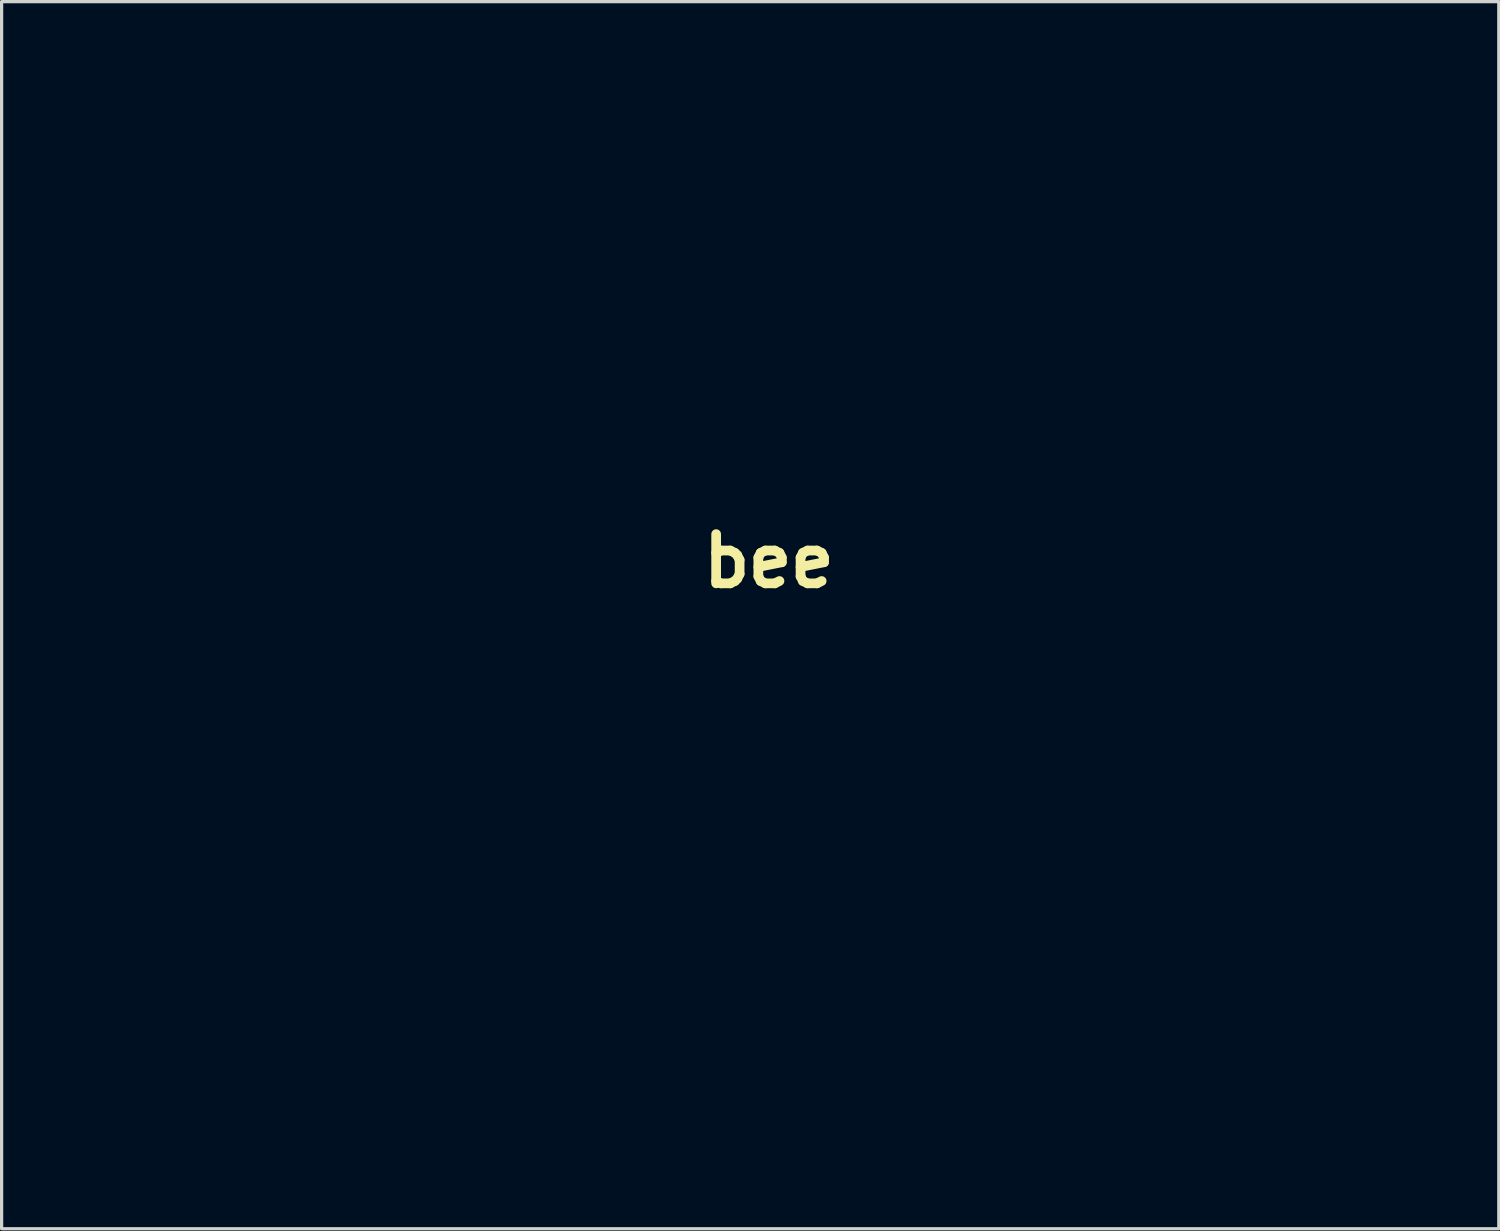
<source format=kicad_pcb>
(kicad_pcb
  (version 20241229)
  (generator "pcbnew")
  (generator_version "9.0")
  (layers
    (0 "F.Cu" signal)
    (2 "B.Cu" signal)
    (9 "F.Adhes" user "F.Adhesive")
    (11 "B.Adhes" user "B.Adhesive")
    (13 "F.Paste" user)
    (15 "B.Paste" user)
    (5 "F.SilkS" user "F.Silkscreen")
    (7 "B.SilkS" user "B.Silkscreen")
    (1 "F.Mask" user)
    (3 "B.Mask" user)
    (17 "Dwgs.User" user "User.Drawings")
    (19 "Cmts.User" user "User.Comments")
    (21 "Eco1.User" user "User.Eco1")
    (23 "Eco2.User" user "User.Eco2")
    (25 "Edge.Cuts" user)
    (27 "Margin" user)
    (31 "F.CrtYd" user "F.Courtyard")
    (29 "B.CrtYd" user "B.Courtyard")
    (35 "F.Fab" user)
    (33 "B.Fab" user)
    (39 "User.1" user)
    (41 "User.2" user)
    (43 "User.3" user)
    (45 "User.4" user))
  (footprint "bee"
    (layer "F.Cu")
    (at 20.751 14.318)
    (property "Reference" "bee" (at 0 0 0) (layer "F.SilkS") (effects (font (size 1.524 1.524) (thickness 0.3))))
    (attr through_hole)
    (fp_poly (pts (xy -0.332 -5.112) (xy -0.262 -4.979) (xy -0.248 -4.861) (xy -0.236 -4.61) (xy -0.225 -4.249) (xy -0.217 -3.8) (xy -0.212 -3.285) (xy -0.21 -2.724) (xy -0.21 -2.714) (xy -0.21 -2.085) (xy -0.213 -1.592) (xy -0.22 -1.217) (xy -0.23 -0.941) (xy -0.247 -0.746) (xy -0.27 -0.615) (xy -0.301 -0.528) (xy -0.34 -0.469) (xy -0.348 -0.46) (xy -0.509 -0.331) (xy -0.672 -0.334) (xy -0.789 -0.391) (xy -0.828 -0.424) (xy -0.858 -0.484) (xy -0.881 -0.587) (xy -0.898 -0.75) (xy -0.91 -0.99) (xy -0.918 -1.324) (xy -0.922 -1.768) (xy -0.923 -2.339) (xy -0.924 -2.762) (xy -0.924 -5.055) (xy -0.732 -5.143) (xy -0.498 -5.195) (xy -0.332 -5.112)) (stroke (width 0.01) (type solid)) (fill yes) (layer "F.Mask"))
    (fp_poly (pts (xy -1.702 -4.55) (xy -1.695 -4.543) (xy -1.643 -4.483) (xy -1.605 -4.406) (xy -1.577 -4.291) (xy -1.558 -4.118) (xy -1.547 -3.863) (xy -1.541 -3.508) (xy -1.54 -3.03) (xy -1.539 -2.748) (xy -1.542 -2.14) (xy -1.552 -1.674) (xy -1.569 -1.34) (xy -1.593 -1.127) (xy -1.626 -1.023) (xy -1.632 -1.016) (xy -1.8 -0.935) (xy -2 -0.941) (xy -2.14 -1.021) (xy -2.169 -1.127) (xy -2.198 -1.366) (xy -2.227 -1.716) (xy -2.253 -2.156) (xy -2.275 -2.664) (xy -2.276 -2.712) (xy -2.295 -3.271) (xy -2.304 -3.697) (xy -2.3 -4.011) (xy -2.28 -4.234) (xy -2.242 -4.386) (xy -2.182 -4.488) (xy -2.097 -4.562) (xy -1.99 -4.624) (xy -1.85 -4.649) (xy -1.702 -4.55)) (stroke (width 0.01) (type solid)) (fill yes) (layer "F.Mask"))
    (fp_poly (pts (xy 0.864 -4.627) (xy 0.921 -4.602) (xy 0.964 -4.563) (xy 0.996 -4.49) (xy 1.018 -4.362) (xy 1.034 -4.162) (xy 1.044 -3.868) (xy 1.052 -3.462) (xy 1.059 -2.925) (xy 1.06 -2.849) (xy 1.064 -2.212) (xy 1.06 -1.72) (xy 1.048 -1.365) (xy 1.026 -1.138) (xy 0.994 -1.032) (xy 0.993 -1.03) (xy 0.831 -0.936) (xy 0.637 -0.943) (xy 0.483 -1.043) (xy 0.465 -1.073) (xy 0.437 -1.201) (xy 0.415 -1.464) (xy 0.398 -1.844) (xy 0.388 -2.321) (xy 0.385 -2.804) (xy 0.386 -3.34) (xy 0.39 -3.742) (xy 0.399 -4.034) (xy 0.415 -4.237) (xy 0.439 -4.372) (xy 0.474 -4.46) (xy 0.522 -4.524) (xy 0.537 -4.539) (xy 0.698 -4.645) (xy 0.864 -4.627)) (stroke (width 0.01) (type solid)) (fill yes) (layer "F.Mask"))
    (fp_poly (pts (xy 5.284 -14.247) (xy 5.433 -14.07) (xy 5.456 -14.028) (xy 5.503 -13.899) (xy 5.488 -13.774) (xy 5.396 -13.638) (xy 5.214 -13.472) (xy 4.926 -13.259) (xy 4.602 -13.039) (xy 4.231 -12.777) (xy 3.849 -12.481) (xy 3.509 -12.193) (xy 3.316 -12.01) (xy 2.973 -11.645) (xy 2.628 -11.249) (xy 2.297 -10.841) (xy 1.993 -10.44) (xy 1.73 -10.067) (xy 1.523 -9.741) (xy 1.386 -9.483) (xy 1.333 -9.311) (xy 1.337 -9.273) (xy 1.432 -9.157) (xy 1.603 -9.034) (xy 1.625 -9.022) (xy 2.046 -8.748) (xy 2.329 -8.453) (xy 2.488 -8.114) (xy 2.54 -7.709) (xy 2.54 -7.694) (xy 2.534 -7.5) (xy 2.503 -7.351) (xy 2.425 -7.208) (xy 2.28 -7.032) (xy 2.059 -6.796) (xy 1.578 -6.294) (xy 1.77 -6.168) (xy 2.253 -5.777) (xy 2.63 -5.319) (xy 2.883 -4.82) (xy 2.966 -4.518) (xy 3.013 -4.334) (xy 3.062 -4.238) (xy 3.072 -4.233) (xy 3.179 -4.288) (xy 3.36 -4.437) (xy 3.591 -4.654) (xy 3.845 -4.915) (xy 4.1 -5.196) (xy 4.329 -5.471) (xy 4.406 -5.57) (xy 4.671 -5.923) (xy 4.967 -6.319) (xy 5.239 -6.681) (xy 5.28 -6.736) (xy 5.525 -7.044) (xy 5.792 -7.35) (xy 6.032 -7.599) (xy 6.088 -7.65) (xy 6.212 -7.761) (xy 6.321 -7.849) (xy 6.437 -7.921) (xy 6.584 -7.988) (xy 6.782 -8.057) (xy 7.056 -8.137) (xy 7.427 -8.237) (xy 7.918 -8.364) (xy 8.082 -8.407) (xy 8.392 -8.541) (xy 8.735 -8.794) (xy 9.115 -9.174) (xy 9.542 -9.685) (xy 9.82 -10.055) (xy 10.051 -10.36) (xy 10.264 -10.618) (xy 10.436 -10.804) (xy 10.545 -10.891) (xy 10.55 -10.893) (xy 10.774 -10.896) (xy 10.957 -10.776) (xy 11.07 -10.565) (xy 11.088 -10.314) (xy 11.03 -10.166) (xy 10.894 -9.929) (xy 10.698 -9.631) (xy 10.464 -9.299) (xy 10.211 -8.964) (xy 9.959 -8.652) (xy 9.743 -8.407) (xy 9.324 -8.005) (xy 8.917 -7.716) (xy 8.472 -7.512) (xy 7.941 -7.366) (xy 7.851 -7.347) (xy 7.526 -7.275) (xy 7.239 -7.199) (xy 7.04 -7.132) (xy 7.004 -7.116) (xy 6.774 -6.951) (xy 6.487 -6.671) (xy 6.164 -6.297) (xy 5.821 -5.848) (xy 5.767 -5.773) (xy 5.252 -5.075) (xy 4.789 -4.504) (xy 4.362 -4.045) (xy 3.96 -3.687) (xy 3.569 -3.415) (xy 3.329 -3.284) (xy 3.131 -3.179) (xy 3.035 -3.076) (xy 3.004 -2.918) (xy 3.002 -2.756) (xy 3.016 -2.541) (xy 3.052 -2.408) (xy 3.077 -2.386) (xy 3.164 -2.404) (xy 3.387 -2.456) (xy 3.729 -2.538) (xy 4.177 -2.647) (xy 4.716 -2.78) (xy 5.331 -2.931) (xy 6.008 -3.099) (xy 6.732 -3.28) (xy 6.853 -3.31) (xy 10.555 -4.233) (xy 18.093 -4.233) (xy 18.467 -4.044) (xy 18.906 -3.739) (xy 19.241 -3.325) (xy 19.467 -2.816) (xy 19.577 -2.222) (xy 19.587 -1.963) (xy 19.526 -1.358) (xy 19.335 -0.827) (xy 19.116 -0.481) (xy 18.974 -0.328) (xy 18.727 -0.101) (xy 18.396 0.184) (xy 18.003 0.511) (xy 17.566 0.863) (xy 17.107 1.225) (xy 16.646 1.58) (xy 16.203 1.912) (xy 15.799 2.204) (xy 15.454 2.441) (xy 15.364 2.5) (xy 15.053 2.676) (xy 14.677 2.857) (xy 14.325 3.001) (xy 14.083 3.083) (xy 13.857 3.143) (xy 13.613 3.186) (xy 13.317 3.217) (xy 12.932 3.241) (xy 12.469 3.26) (xy 11.915 3.278) (xy 11.294 3.293) (xy 10.674 3.303) (xy 10.125 3.309) (xy 10.025 3.309) (xy 9.544 3.31) (xy 9.202 3.32) (xy 8.984 3.354) (xy 8.876 3.426) (xy 8.861 3.548) (xy 8.925 3.736) (xy 9.054 4.002) (xy 9.124 4.141) (xy 9.543 4.81) (xy 10.082 5.395) (xy 10.727 5.886) (xy 11.465 6.277) (xy 12.282 6.558) (xy 13.165 6.721) (xy 13.527 6.752) (xy 13.941 6.767) (xy 14.306 6.756) (xy 14.683 6.715) (xy 15.134 6.639) (xy 15.252 6.617) (xy 16.186 6.437) (xy 16.329 6.614) (xy 16.453 6.851) (xy 16.429 7.065) (xy 16.257 7.255) (xy 15.942 7.419) (xy 15.486 7.554) (xy 14.893 7.66) (xy 14.562 7.699) (xy 13.602 7.728) (xy 12.643 7.623) (xy 11.709 7.391) (xy 10.827 7.039) (xy 10.024 6.575) (xy 9.701 6.336) (xy 9.053 5.734) (xy 8.542 5.065) (xy 8.162 4.321) (xy 7.951 3.675) (xy 7.875 3.4) (xy 7.805 3.233) (xy 7.711 3.133) (xy 7.563 3.059) (xy 7.484 3.028) (xy 7.238 2.918) (xy 6.867 2.727) (xy 6.371 2.454) (xy 5.748 2.099) (xy 4.998 1.662) (xy 4.119 1.142) (xy 4.079 1.119) (xy 3.492 0.773) (xy 3.029 0.509) (xy 2.683 0.327) (xy 2.45 0.227) (xy 2.323 0.206) (xy 2.297 0.264) (xy 2.366 0.401) (xy 2.525 0.616) (xy 2.767 0.907) (xy 2.79 0.935) (xy 3.148 1.344) (xy 3.439 1.656) (xy 3.69 1.895) (xy 3.926 2.087) (xy 4.176 2.256) (xy 4.257 2.306) (xy 5.057 2.874) (xy 5.741 3.544) (xy 6.309 4.315) (xy 6.616 4.87) (xy 6.734 5.125) (xy 6.831 5.369) (xy 6.908 5.624) (xy 6.968 5.909) (xy 7.014 6.245) (xy 7.049 6.654) (xy 7.077 7.156) (xy 7.099 7.772) (xy 7.118 8.458) (xy 7.138 9.144) (xy 7.163 9.7) (xy 7.2 10.15) (xy 7.252 10.517) (xy 7.324 10.825) (xy 7.421 11.098) (xy 7.548 11.36) (xy 7.71 11.634) (xy 7.787 11.755) (xy 8.324 12.445) (xy 8.975 13.042) (xy 9.726 13.538) (xy 10.563 13.924) (xy 11.473 14.192) (xy 12.202 14.313) (xy 12.663 14.377) (xy 12.987 14.457) (xy 13.192 14.56) (xy 13.295 14.694) (xy 13.316 14.818) (xy 13.264 15.049) (xy 13.104 15.207) (xy 12.831 15.293) (xy 12.437 15.31) (xy 11.915 15.257) (xy 11.393 15.163) (xy 10.428 14.899) (xy 9.527 14.519) (xy 8.703 14.034) (xy 7.97 13.453) (xy 7.34 12.789) (xy 6.826 12.051) (xy 6.443 11.251) (xy 6.383 11.084) (xy 6.332 10.924) (xy 6.292 10.758) (xy 6.259 10.566) (xy 6.232 10.327) (xy 6.21 10.021) (xy 6.191 9.627) (xy 6.173 9.125) (xy 6.154 8.493) (xy 6.149 8.342) (xy 6.13 7.681) (xy 6.111 7.154) (xy 6.093 6.741) (xy 6.071 6.422) (xy 6.047 6.177) (xy 6.016 5.986) (xy 5.978 5.83) (xy 5.932 5.689) (xy 5.924 5.669) (xy 5.663 5.12) (xy 5.295 4.562) (xy 4.857 4.048) (xy 4.775 3.965) (xy 4.383 3.58) (xy 4.528 4.003) (xy 4.716 4.637) (xy 4.885 5.379) (xy 5.029 6.182) (xy 5.14 7) (xy 5.21 7.788) (xy 5.234 8.467) (xy 5.19 9.445) (xy 5.065 10.481) (xy 4.869 11.526) (xy 4.611 12.527) (xy 4.3 13.435) (xy 4.271 13.507) (xy 3.923 14.282) (xy 3.541 14.951) (xy 3.094 15.561) (xy 2.551 16.161) (xy 2.54 16.172) (xy 2.129 16.576) (xy 1.785 16.881) (xy 1.477 17.108) (xy 1.177 17.278) (xy 0.852 17.414) (xy 0.718 17.46) (xy 0.381 17.544) (xy -0.036 17.608) (xy -0.482 17.649) (xy -0.906 17.662) (xy -1.259 17.645) (xy -1.403 17.621) (xy -2.11 17.375) (xy -2.79 16.988) (xy -3.434 16.469) (xy -4.034 15.831) (xy -4.583 15.083) (xy -5.072 14.237) (xy -5.406 13.496) (xy -4.439 13.496) (xy -4.411 13.566) (xy -4.316 13.741) (xy -4.17 13.993) (xy -3.997 14.283) (xy -3.465 15.057) (xy -2.897 15.685) (xy -2.288 16.171) (xy -1.886 16.405) (xy -1.27 16.716) (xy -0.5 16.686) (xy -0.103 16.663) (xy 0.191 16.625) (xy 0.432 16.561) (xy 0.67 16.462) (xy 0.697 16.449) (xy 1.088 16.215) (xy 1.514 15.883) (xy 1.937 15.486) (xy 2.315 15.061) (xy 2.369 14.993) (xy 2.521 14.781) (xy 2.695 14.514) (xy 2.874 14.223) (xy 3.041 13.938) (xy 3.177 13.689) (xy 3.265 13.507) (xy 3.287 13.421) (xy 3.286 13.42) (xy 3.204 13.421) (xy 3.008 13.445) (xy 2.736 13.487) (xy 2.65 13.502) (xy 1.688 13.636) (xy 0.624 13.721) (xy -0.494 13.758) (xy -1.621 13.745) (xy -2.711 13.682) (xy -3.575 13.588) (xy -3.915 13.544) (xy -4.194 13.512) (xy -4.379 13.495) (xy -4.439 13.496) (xy -5.406 13.496) (xy -5.493 13.304) (xy -5.838 12.294) (xy -6.082 11.309) (xy -6.306 9.862) (xy -6.383 8.451) (xy -6.348 7.77) (xy -5.458 7.77) (xy -5.454 7.971) (xy -5.441 8.275) (xy -5.42 8.657) (xy -5.393 9.093) (xy -5.362 9.557) (xy -5.342 9.824) (xy -5.299 10.374) (xy -4.863 10.493) (xy -4.315 10.626) (xy -3.685 10.755) (xy -3.045 10.866) (xy -2.617 10.926) (xy -2.211 10.96) (xy -1.687 10.978) (xy -1.082 10.981) (xy -0.432 10.971) (xy 0.228 10.948) (xy 0.862 10.914) (xy 1.433 10.869) (xy 1.907 10.815) (xy 2.101 10.784) (xy 2.519 10.701) (xy 2.954 10.604) (xy 3.34 10.508) (xy 3.503 10.463) (xy 3.797 10.37) (xy 3.977 10.291) (xy 4.078 10.205) (xy 4.136 10.089) (xy 4.147 10.053) (xy 4.181 9.877) (xy 4.211 9.603) (xy 4.236 9.265) (xy 4.254 8.896) (xy 4.266 8.528) (xy 4.269 8.196) (xy 4.262 7.931) (xy 4.244 7.768) (xy 4.228 7.732) (xy 4.12 7.723) (xy 3.912 7.742) (xy 3.715 7.774) (xy 3.066 7.897) (xy 2.531 7.992) (xy 2.073 8.064) (xy 1.653 8.116) (xy 1.234 8.154) (xy 0.78 8.18) (xy 0.253 8.199) (xy -0.192 8.211) (xy -1.001 8.226) (xy -1.693 8.222) (xy -2.307 8.198) (xy -2.879 8.15) (xy -3.448 8.076) (xy -4.05 7.974) (xy -4.471 7.891) (xy -4.834 7.818) (xy -5.137 7.757) (xy -5.352 7.715) (xy -5.449 7.697) (xy -5.452 7.697) (xy -5.458 7.77) (xy -6.348 7.77) (xy -6.312 7.067) (xy -6.307 7.02) (xy -6.218 6.356) (xy -6.098 5.671) (xy -5.957 5.016) (xy -5.922 4.883) (xy -4.926 4.883) (xy -4.854 4.933) (xy -4.653 5) (xy -4.348 5.081) (xy -3.96 5.168) (xy -3.515 5.258) (xy -3.036 5.344) (xy -2.578 5.417) (xy -2.438 5.426) (xy -2.169 5.432) (xy -1.794 5.435) (xy -1.338 5.435) (xy -0.826 5.432) (xy -0.462 5.428) (xy 0.154 5.42) (xy 0.645 5.408) (xy 1.042 5.391) (xy 1.373 5.367) (xy 1.67 5.334) (xy 1.961 5.288) (xy 2.277 5.227) (xy 2.414 5.199) (xy 2.945 5.084) (xy 3.336 4.991) (xy 3.596 4.916) (xy 3.737 4.857) (xy 3.772 4.817) (xy 3.742 4.695) (xy 3.663 4.467) (xy 3.549 4.168) (xy 3.414 3.833) (xy 3.27 3.497) (xy 3.133 3.194) (xy 3.064 3.051) (xy 2.916 2.762) (xy 2.813 2.587) (xy 2.729 2.5) (xy 2.641 2.477) (xy 2.524 2.493) (xy 2.522 2.494) (xy 2.094 2.562) (xy 1.575 2.614) (xy 0.957 2.649) (xy 0.23 2.668) (xy -0.615 2.67) (xy -1.588 2.655) (xy -2.698 2.625) (xy -3.579 2.593) (xy -3.964 2.578) (xy -4.212 3.04) (xy -4.34 3.301) (xy -4.483 3.625) (xy -4.627 3.975) (xy -4.756 4.314) (xy -4.857 4.607) (xy -4.917 4.816) (xy -4.926 4.883) (xy -5.922 4.883) (xy -5.805 4.441) (xy -5.734 4.217) (xy -5.657 3.963) (xy -5.616 3.777) (xy -5.621 3.696) (xy -5.625 3.695) (xy -5.721 3.755) (xy -5.878 3.918) (xy -6.074 4.155) (xy -6.287 4.438) (xy -6.498 4.739) (xy -6.684 5.03) (xy -6.82 5.275) (xy -6.954 5.572) (xy -7.056 5.872) (xy -7.132 6.201) (xy -7.183 6.586) (xy -7.215 7.053) (xy -7.232 7.628) (xy -7.236 8.12) (xy -7.241 8.628) (xy -7.255 9.151) (xy -7.275 9.642) (xy -7.299 10.05) (xy -7.311 10.198) (xy -7.35 10.556) (xy -7.399 10.835) (xy -7.473 11.087) (xy -7.589 11.365) (xy -7.761 11.721) (xy -7.777 11.753) (xy -8.269 12.565) (xy -8.879 13.288) (xy -9.594 13.913) (xy -10.401 14.433) (xy -11.288 14.839) (xy -12.241 15.124) (xy -13.248 15.279) (xy -13.394 15.29) (xy -14.137 15.338) (xy -14.314 15.09) (xy -14.49 14.842) (xy -14.338 14.637) (xy -14.231 14.522) (xy -14.089 14.448) (xy -13.868 14.399) (xy -13.655 14.372) (xy -12.596 14.195) (xy -11.636 13.912) (xy -11.007 13.644) (xy -10.633 13.448) (xy -10.326 13.254) (xy -10.035 13.024) (xy -9.709 12.721) (xy -9.613 12.626) (xy -9.283 12.286) (xy -9.037 11.995) (xy -8.84 11.706) (xy -8.657 11.372) (xy -8.615 11.287) (xy -8.28 10.606) (xy -8.194 8.209) (xy -8.17 7.537) (xy -8.149 6.999) (xy -8.129 6.576) (xy -8.108 6.249) (xy -8.085 5.996) (xy -8.057 5.8) (xy -8.022 5.64) (xy -7.978 5.496) (xy -7.923 5.35) (xy -7.892 5.272) (xy -7.486 4.452) (xy -6.959 3.708) (xy -6.301 3.032) (xy -5.506 2.414) (xy -5.451 2.377) (xy -5.077 2.106) (xy -4.744 1.816) (xy -4.406 1.467) (xy -4.123 1.138) (xy -3.797 0.735) (xy -3.581 0.439) (xy -3.475 0.25) (xy -3.478 0.166) (xy -3.567 0.177) (xy -3.657 0.225) (xy -3.863 0.34) (xy -4.167 0.514) (xy -4.551 0.736) (xy -4.999 0.995) (xy -5.493 1.283) (xy -5.664 1.383) (xy -6.203 1.696) (xy -6.731 1.999) (xy -7.225 2.279) (xy -7.662 2.522) (xy -8.017 2.716) (xy -8.267 2.846) (xy -8.293 2.859) (xy -8.643 3.044) (xy -8.857 3.192) (xy -8.93 3.297) (xy -8.963 3.488) (xy -9.05 3.774) (xy -9.174 4.116) (xy -9.32 4.471) (xy -9.471 4.799) (xy -9.612 5.059) (xy -9.642 5.108) (xy -10.184 5.786) (xy -10.846 6.381) (xy -11.617 6.884) (xy -12.482 7.286) (xy -13.429 7.58) (xy -13.487 7.593) (xy -13.994 7.678) (xy -14.565 7.719) (xy -15.167 7.719) (xy -15.766 7.681) (xy -16.328 7.607) (xy -16.818 7.5) (xy -17.204 7.362) (xy -17.315 7.303) (xy -17.488 7.128) (xy -17.541 6.921) (xy -17.488 6.719) (xy -17.346 6.561) (xy -17.13 6.485) (xy -16.982 6.493) (xy -16.79 6.529) (xy -16.504 6.582) (xy -16.179 6.643) (xy -16.125 6.653) (xy -15.189 6.758) (xy -14.259 6.727) (xy -13.357 6.564) (xy -12.508 6.274) (xy -11.934 5.983) (xy -11.447 5.636) (xy -10.984 5.198) (xy -10.571 4.701) (xy -10.238 4.181) (xy -10.01 3.672) (xy -9.963 3.512) (xy -9.912 3.31) (xy -11.364 3.304) (xy -11.927 3.298) (xy -12.535 3.287) (xy -13.134 3.272) (xy -13.668 3.253) (xy -13.932 3.241) (xy -14.55 3.196) (xy -15.06 3.121) (xy -15.505 3.002) (xy -15.93 2.825) (xy -16.378 2.578) (xy -16.625 2.424) (xy -16.863 2.262) (xy -16.956 2.195) (xy -14.601 2.195) (xy -14.59 2.215) (xy -14.478 2.264) (xy -14.247 2.302) (xy -13.892 2.329) (xy -13.406 2.343) (xy -12.783 2.347) (xy -12.016 2.34) (xy -11.584 2.332) (xy -10.885 2.316) (xy -10.327 2.298) (xy -9.896 2.276) (xy -9.578 2.249) (xy -9.36 2.218) (xy -9.236 2.184) (xy -9.1 2.119) (xy -9.003 2.031) (xy -8.923 1.884) (xy -8.916 1.863) (xy -8.513 1.863) (xy -8.496 1.909) (xy -8.494 1.907) (xy -8.414 1.861) (xy -8.217 1.746) (xy -7.92 1.573) (xy -7.539 1.35) (xy -7.091 1.088) (xy -6.591 0.795) (xy -6.285 0.616) (xy -5.764 0.308) (xy -5.286 0.022) (xy -4.868 -0.233) (xy -4.526 -0.446) (xy -4.276 -0.608) (xy -4.133 -0.708) (xy -4.106 -0.734) (xy -4.1 -0.868) (xy -4.132 -1.068) (xy -4.137 -1.087) (xy -4.186 -1.231) (xy -4.268 -1.326) (xy -4.42 -1.4) (xy -4.681 -1.479) (xy -4.7 -1.484) (xy -5.195 -1.622) (xy -5.773 -1.431) (xy -6.136 -1.314) (xy -6.522 -1.197) (xy -6.833 -1.109) (xy -7.088 -1.035) (xy -7.255 -0.957) (xy -7.378 -0.838) (xy -7.505 -0.641) (xy -7.586 -0.497) (xy -7.716 -0.245) (xy -7.86 0.07) (xy -8.011 0.423) (xy -8.157 0.788) (xy -8.29 1.139) (xy -8.4 1.453) (xy -8.478 1.702) (xy -8.513 1.863) (xy -8.916 1.863) (xy -8.839 1.644) (xy -8.779 1.45) (xy -8.667 1.111) (xy -8.514 0.693) (xy -8.343 0.258) (xy -8.224 -0.027) (xy -8.085 -0.359) (xy -7.978 -0.638) (xy -7.912 -0.834) (xy -7.898 -0.92) (xy -7.899 -0.92) (xy -7.999 -0.946) (xy -8.223 -0.966) (xy -8.539 -0.98) (xy -8.916 -0.987) (xy -9.323 -0.988) (xy -9.73 -0.981) (xy -10.105 -0.967) (xy -10.418 -0.946) (xy -10.49 -0.939) (xy -10.818 -0.895) (xy -11.096 -0.834) (xy -11.372 -0.74) (xy -11.697 -0.597) (xy -11.989 -0.455) (xy -12.386 -0.25) (xy -12.695 -0.063) (xy -12.967 0.143) (xy -13.255 0.405) (xy -13.468 0.615) (xy -13.767 0.935) (xy -14.044 1.262) (xy -14.281 1.574) (xy -14.463 1.849) (xy -14.575 2.063) (xy -14.601 2.195) (xy -16.956 2.195) (xy -17.193 2.024) (xy -17.591 1.728) (xy -18.03 1.396) (xy -18.484 1.046) (xy -18.926 0.701) (xy -19.331 0.378) (xy -19.672 0.099) (xy -19.762 0.023) (xy -19.795 -0.011) (xy -18.239 -0.011) (xy -18.18 0.049) (xy -18.018 0.182) (xy -17.778 0.371) (xy -17.482 0.598) (xy -17.154 0.846) (xy -16.815 1.098) (xy -16.489 1.336) (xy -16.199 1.543) (xy -15.99 1.687) (xy -15.729 1.849) (xy -15.461 1.996) (xy -15.232 2.105) (xy -15.084 2.152) (xy -15.081 2.152) (xy -15.024 2.091) (xy -14.935 1.936) (xy -14.9 1.867) (xy -14.504 1.195) (xy -13.976 0.556) (xy -13.337 -0.031) (xy -12.61 -0.544) (xy -12.111 -0.822) (xy -11.249 -1.258) (xy -11.994 -1.559) (xy -12.738 -1.86) (xy -13.932 -1.829) (xy -14.399 -1.815) (xy -14.749 -1.796) (xy -15.019 -1.769) (xy -15.245 -1.727) (xy -15.465 -1.664) (xy -15.714 -1.575) (xy -15.768 -1.555) (xy -16.114 -1.417) (xy -16.452 -1.268) (xy -16.722 -1.135) (xy -16.769 -1.109) (xy -16.982 -0.976) (xy -17.243 -0.8) (xy -17.521 -0.601) (xy -17.789 -0.401) (xy -18.017 -0.222) (xy -18.177 -0.085) (xy -18.239 -0.012) (xy -18.239 -0.011) (xy -19.795 -0.011) (xy -20.189 -0.425) (xy -20.495 -0.926) (xy -20.68 -1.459) (xy -20.746 -2.004) (xy -20.733 -2.145) (xy -19.761 -2.145) (xy -19.748 -1.729) (xy -19.636 -1.343) (xy -19.521 -1.159) (xy -19.338 -0.937) (xy -19.119 -0.709) (xy -18.897 -0.507) (xy -18.705 -0.363) (xy -18.576 -0.308) (xy -18.477 -0.355) (xy -18.299 -0.479) (xy -18.077 -0.656) (xy -18.039 -0.688) (xy -17.391 -1.167) (xy -16.642 -1.591) (xy -15.844 -1.933) (xy -15.796 -1.95) (xy -15.455 -2.061) (xy -15.154 -2.135) (xy -14.837 -2.181) (xy -14.449 -2.208) (xy -14.22 -2.217) (xy -13.868 -2.233) (xy -13.579 -2.255) (xy -13.385 -2.278) (xy -13.316 -2.3) (xy -13.359 -2.383) (xy -13.471 -2.552) (xy -13.624 -2.761) (xy -13.781 -2.981) (xy -13.892 -3.156) (xy -13.918 -3.216) (xy -13.47 -3.216) (xy -13.412 -3.094) (xy -13.257 -2.911) (xy -13.036 -2.692) (xy -12.778 -2.466) (xy -12.513 -2.259) (xy -12.269 -2.097) (xy -12.196 -2.057) (xy -11.819 -1.893) (xy -11.349 -1.725) (xy -10.844 -1.572) (xy -10.363 -1.452) (xy -10.045 -1.393) (xy -9.502 -1.341) (xy -8.879 -1.321) (xy -8.237 -1.333) (xy -7.638 -1.377) (xy -7.264 -1.427) (xy -6.76 -1.522) (xy -6.385 -1.609) (xy -6.146 -1.686) (xy -6.051 -1.751) (xy -6.059 -1.778) (xy -6.145 -1.809) (xy -6.363 -1.873) (xy -6.698 -1.964) (xy -7.133 -2.079) (xy -7.65 -2.213) (xy -8.233 -2.362) (xy -8.865 -2.521) (xy -8.967 -2.547) (xy -9.726 -2.735) (xy -10.355 -2.888) (xy -10.872 -3.01) (xy -11.296 -3.104) (xy -11.646 -3.174) (xy -11.94 -3.225) (xy -12.196 -3.259) (xy -12.433 -3.281) (xy -12.642 -3.293) (xy -13.014 -3.306) (xy -13.258 -3.306) (xy -13.398 -3.288) (xy -13.46 -3.253) (xy -13.47 -3.216) (xy -13.918 -3.216) (xy -13.932 -3.247) (xy -14.008 -3.268) (xy -14.232 -3.285) (xy -14.599 -3.296) (xy -15.103 -3.302) (xy -15.739 -3.302) (xy -16.494 -3.297) (xy -17.197 -3.289) (xy -17.762 -3.281) (xy -18.207 -3.272) (xy -18.548 -3.26) (xy -18.801 -3.245) (xy -18.984 -3.225) (xy -19.112 -3.2) (xy -19.203 -3.169) (xy -19.272 -3.131) (xy -19.515 -2.886) (xy -19.68 -2.544) (xy -19.761 -2.145) (xy -20.733 -2.145) (xy -20.695 -2.54) (xy -20.527 -3.046) (xy -20.245 -3.502) (xy -19.849 -3.887) (xy -19.487 -4.114) (xy -19.418 -4.143) (xy -19.328 -4.167) (xy -19.205 -4.187) (xy -19.034 -4.202) (xy -18.803 -4.214) (xy -18.498 -4.221) (xy -18.106 -4.226) (xy -17.615 -4.227) (xy -17.01 -4.226) (xy -16.279 -4.222) (xy -15.408 -4.216) (xy -15.33 -4.216) (xy -11.43 -4.188) (xy -7.868 -3.287) (xy -7.152 -3.106) (xy -6.481 -2.938) (xy -5.87 -2.785) (xy -5.333 -2.651) (xy -4.886 -2.541) (xy -4.544 -2.458) (xy -4.321 -2.405) (xy -4.232 -2.386) (xy -4.232 -2.386) (xy -4.188 -2.455) (xy -4.161 -2.631) (xy -4.157 -2.727) (xy -3.156 -2.727) (xy -3.156 -0.983) (xy -2.893 -0.626) (xy -2.721 -0.395) (xy -2.569 -0.216) (xy -2.417 -0.082) (xy -2.242 0.014) (xy -2.023 0.076) (xy -1.737 0.111) (xy -1.363 0.126) (xy -0.88 0.125) (xy -0.265 0.117) (xy -0.245 0.116) (xy 1.089 0.095) (xy 1.319 -0.126) (xy 1.504 -0.327) (xy 1.701 -0.58) (xy 1.776 -0.687) (xy 1.866 -0.823) (xy 2.943 -0.823) (xy 2.984 -0.69) (xy 3.012 -0.659) (xy 3.117 -0.584) (xy 3.333 -0.448) (xy 3.639 -0.261) (xy 4.016 -0.036) (xy 4.443 0.216) (xy 4.901 0.484) (xy 5.37 0.757) (xy 5.831 1.022) (xy 6.264 1.269) (xy 6.649 1.486) (xy 6.966 1.661) (xy 7.195 1.783) (xy 7.317 1.841) (xy 7.329 1.844) (xy 7.328 1.778) (xy 7.282 1.596) (xy 7.201 1.328) (xy 7.11 1.058) (xy 6.931 0.582) (xy 6.729 0.107) (xy 6.522 -0.326) (xy 6.328 -0.68) (xy 6.202 -0.869) (xy 6.111 -0.932) (xy 6.74 -0.932) (xy 6.752 -0.835) (xy 6.821 -0.636) (xy 6.935 -0.37) (xy 7.007 -0.218) (xy 7.165 0.138) (xy 7.339 0.576) (xy 7.503 1.028) (xy 7.586 1.281) (xy 7.701 1.647) (xy 7.797 1.904) (xy 7.902 2.074) (xy 8.047 2.179) (xy 8.261 2.24) (xy 8.571 2.279) (xy 8.967 2.313) (xy 9.202 2.327) (xy 9.543 2.336) (xy 9.965 2.341) (xy 10.444 2.343) (xy 10.957 2.342) (xy 11.48 2.338) (xy 11.989 2.33) (xy 12.459 2.321) (xy 12.867 2.309) (xy 13.19 2.295) (xy 13.402 2.28) (xy 13.478 2.265) (xy 13.481 2.18) (xy 13.404 2.004) (xy 13.266 1.763) (xy 13.084 1.487) (xy 12.875 1.203) (xy 12.657 0.94) (xy 12.634 0.915) (xy 11.936 0.248) (xy 11.159 -0.302) (xy 10.325 -0.719) (xy 10.198 -0.768) (xy 10.017 -0.83) (xy 9.833 -0.877) (xy 9.617 -0.911) (xy 9.344 -0.936) (xy 8.984 -0.953) (xy 8.51 -0.967) (xy 8.26 -0.972) (xy 7.759 -0.979) (xy 7.337 -0.978) (xy 7.013 -0.968) (xy 6.808 -0.951) (xy 6.74 -0.932) (xy 6.111 -0.932) (xy 6.078 -0.955) (xy 5.838 -1.057) (xy 5.518 -1.161) (xy 5.412 -1.191) (xy 5.065 -1.288) (xy 5.059 -1.289) (xy 10.091 -1.289) (xy 10.156 -1.23) (xy 10.358 -1.127) (xy 10.655 -0.997) (xy 11.448 -0.583) (xy 12.195 -0.036) (xy 12.876 0.628) (xy 13.469 1.389) (xy 13.583 1.563) (xy 13.753 1.823) (xy 13.893 2.025) (xy 13.983 2.139) (xy 14.003 2.154) (xy 14.087 2.119) (xy 14.267 2.028) (xy 14.503 1.9) (xy 14.742 1.754) (xy 15.042 1.555) (xy 15.381 1.317) (xy 15.737 1.057) (xy 16.088 0.792) (xy 16.414 0.539) (xy 16.692 0.313) (xy 16.901 0.13) (xy 17.019 0.009) (xy 17.037 -0.031) (xy 16.944 -0.144) (xy 16.752 -0.317) (xy 16.492 -0.524) (xy 16.193 -0.741) (xy 15.888 -0.945) (xy 15.783 -1.01) (xy 15.479 -1.175) (xy 15.1 -1.356) (xy 14.718 -1.518) (xy 14.639 -1.549) (xy 14.369 -1.647) (xy 14.141 -1.716) (xy 13.917 -1.764) (xy 13.66 -1.794) (xy 13.332 -1.814) (xy 12.895 -1.828) (xy 12.795 -1.831) (xy 11.619 -1.861) (xy 10.937 -1.585) (xy 10.631 -1.465) (xy 10.373 -1.371) (xy 10.201 -1.317) (xy 10.156 -1.308) (xy 10.091 -1.289) (xy 5.059 -1.289) (xy 4.736 -1.387) (xy 4.482 -1.471) (xy 4.422 -1.494) (xy 4.248 -1.553) (xy 4.094 -1.573) (xy 3.906 -1.552) (xy 3.632 -1.489) (xy 3.581 -1.476) (xy 3.302 -1.4) (xy 3.136 -1.335) (xy 3.046 -1.254) (xy 2.996 -1.132) (xy 2.975 -1.047) (xy 2.943 -0.823) (xy 1.866 -0.823) (xy 2.001 -1.027) (xy 2.001 -1.771) (xy 4.901 -1.771) (xy 4.937 -1.727) (xy 5.098 -1.665) (xy 5.355 -1.591) (xy 5.681 -1.513) (xy 6.05 -1.439) (xy 6.312 -1.394) (xy 6.845 -1.339) (xy 7.475 -1.322) (xy 8.153 -1.343) (xy 8.669 -1.385) (xy 9.287 -1.483) (xy 9.937 -1.643) (xy 10.555 -1.847) (xy 11.041 -2.058) (xy 11.27 -2.197) (xy 11.421 -2.309) (xy 12.182 -2.309) (xy 12.244 -2.29) (xy 12.427 -2.273) (xy 12.698 -2.259) (xy 12.846 -2.255) (xy 13.689 -2.182) (xy 14.496 -1.994) (xy 15.134 -1.762) (xy 15.593 -1.544) (xy 16.069 -1.274) (xy 16.518 -0.979) (xy 16.894 -0.688) (xy 17.083 -0.51) (xy 17.245 -0.35) (xy 17.363 -0.249) (xy 17.397 -0.231) (xy 17.473 -0.279) (xy 17.632 -0.408) (xy 17.845 -0.593) (xy 17.931 -0.67) (xy 18.172 -0.906) (xy 18.375 -1.139) (xy 18.505 -1.326) (xy 18.522 -1.361) (xy 18.615 -1.75) (xy 18.604 -2.178) (xy 18.501 -2.596) (xy 18.314 -2.953) (xy 18.168 -3.117) (xy 18.114 -3.159) (xy 18.047 -3.193) (xy 17.949 -3.219) (xy 17.804 -3.24) (xy 17.596 -3.255) (xy 17.308 -3.266) (xy 16.925 -3.275) (xy 16.429 -3.281) (xy 15.804 -3.286) (xy 15.405 -3.289) (xy 12.815 -3.307) (xy 12.508 -2.827) (xy 12.357 -2.59) (xy 12.241 -2.407) (xy 12.184 -2.313) (xy 12.182 -2.309) (xy 11.421 -2.309) (xy 11.531 -2.391) (xy 11.795 -2.613) (xy 12.032 -2.837) (xy 12.213 -3.036) (xy 12.308 -3.182) (xy 12.315 -3.216) (xy 12.293 -3.265) (xy 12.21 -3.295) (xy 12.043 -3.307) (xy 11.766 -3.305) (xy 11.449 -3.293) (xy 11.209 -3.281) (xy 10.976 -3.261) (xy 10.733 -3.23) (xy 10.459 -3.184) (xy 10.137 -3.119) (xy 9.747 -3.032) (xy 9.27 -2.918) (xy 8.687 -2.774) (xy 7.979 -2.595) (xy 7.774 -2.543) (xy 7.14 -2.381) (xy 6.552 -2.229) (xy 6.028 -2.091) (xy 5.585 -1.972) (xy 5.238 -1.876) (xy 5.006 -1.808) (xy 4.904 -1.773) (xy 4.901 -1.771) (xy 2.001 -1.771) (xy 2.001 -4.59) (xy 1.737 -4.9) (xy 1.375 -5.215) (xy 0.9 -5.463) (xy 0.343 -5.636) (xy -0.266 -5.726) (xy -0.898 -5.724) (xy -1.125 -5.699) (xy -1.612 -5.599) (xy -2.079 -5.445) (xy -2.48 -5.255) (xy -2.759 -5.056) (xy -2.881 -4.935) (xy -2.975 -4.813) (xy -3.045 -4.669) (xy -3.094 -4.483) (xy -3.126 -4.232) (xy -3.145 -3.896) (xy -3.153 -3.454) (xy -3.156 -2.883) (xy -3.156 -2.727) (xy -4.157 -2.727) (xy -4.157 -2.752) (xy -4.162 -2.953) (xy -4.199 -3.082) (xy -4.298 -3.18) (xy -4.492 -3.292) (xy -4.585 -3.341) (xy -5.033 -3.634) (xy -5.516 -4.065) (xy -6.038 -4.636) (xy -6.601 -5.351) (xy -6.656 -5.426) (xy -7.08 -5.993) (xy -7.427 -6.437) (xy -7.705 -6.765) (xy -7.919 -6.984) (xy -8.017 -7.064) (xy -8.15 -7.124) (xy -8.393 -7.199) (xy -8.701 -7.278) (xy -8.851 -7.312) (xy -9.389 -7.443) (xy -9.81 -7.587) (xy -10.155 -7.761) (xy -10.461 -7.982) (xy -10.582 -8.089) (xy -10.905 -8.414) (xy -11.23 -8.786) (xy -11.537 -9.181) (xy -11.809 -9.573) (xy -12.029 -9.934) (xy -12.178 -10.24) (xy -12.238 -10.465) (xy -12.238 -10.481) (xy -12.173 -10.689) (xy -12.012 -10.845) (xy -11.805 -10.907) (xy -11.705 -10.893) (xy -11.597 -10.812) (xy -11.428 -10.633) (xy -11.224 -10.386) (xy -11.072 -10.182) (xy -10.81 -9.834) (xy -10.516 -9.468) (xy -10.24 -9.144) (xy -10.139 -9.033) (xy -9.963 -8.849) (xy -9.811 -8.707) (xy -9.656 -8.596) (xy -9.472 -8.503) (xy -9.231 -8.416) (xy -8.905 -8.321) (xy -8.469 -8.206) (xy -8.253 -8.151) (xy -7.954 -8.062) (xy -7.689 -7.95) (xy -7.44 -7.801) (xy -7.19 -7.596) (xy -6.92 -7.322) (xy -6.613 -6.962) (xy -6.251 -6.501) (xy -5.961 -6.116) (xy -5.598 -5.642) (xy -5.247 -5.212) (xy -4.925 -4.842) (xy -4.644 -4.547) (xy -4.419 -4.341) (xy -4.263 -4.241) (xy -4.228 -4.233) (xy -4.174 -4.301) (xy -4.12 -4.468) (xy -4.109 -4.522) (xy -3.95 -5.05) (xy -3.679 -5.496) (xy -3.278 -5.885) (xy -3.108 -6.01) (xy -2.915 -6.148) (xy -2.828 -6.243) (xy -2.826 -6.336) (xy -2.884 -6.46) (xy -3.012 -6.669) (xy -3.124 -6.82) (xy -1.924 -6.82) (xy -1.921 -6.724) (xy -1.825 -6.702) (xy -1.603 -6.684) (xy -1.28 -6.67) (xy -0.885 -6.663) (xy -0.569 -6.662) (xy -0.094 -6.664) (xy 0.25 -6.67) (xy 0.488 -6.683) (xy 0.642 -6.704) (xy 0.736 -6.737) (xy 0.794 -6.785) (xy 0.822 -6.822) (xy 0.875 -6.936) (xy 0.87 -7.066) (xy 0.8 -7.263) (xy 0.761 -7.352) (xy 0.659 -7.635) (xy 0.627 -7.903) (xy 0.643 -8.165) (xy 0.664 -8.418) (xy 0.65 -8.568) (xy 0.588 -8.665) (xy 0.479 -8.747) (xy 0.099 -8.96) (xy -0.276 -9.063) (xy -0.581 -9.082) (xy -1.034 -9.042) (xy -1.383 -8.915) (xy -1.59 -8.762) (xy -1.696 -8.645) (xy -1.713 -8.533) (xy -1.652 -8.356) (xy -1.648 -8.347) (xy -1.566 -8.099) (xy -1.552 -7.872) (xy -1.612 -7.618) (xy -1.752 -7.287) (xy -1.763 -7.263) (xy -1.868 -7.014) (xy -1.924 -6.82) (xy -3.124 -6.82) (xy -3.176 -6.892) (xy -3.196 -6.915) (xy -3.419 -7.267) (xy -3.5 -7.64) (xy -3.455 -8.035) (xy -3.388 -8.25) (xy -3.28 -8.442) (xy -3.104 -8.653) (xy -2.874 -8.883) (xy -2.381 -9.354) (xy -2.853 -10.046) (xy -3.456 -10.882) (xy -4.038 -11.588) (xy -4.618 -12.182) (xy -5.212 -12.683) (xy -5.696 -13.02) (xy -5.979 -13.202) (xy -6.231 -13.366) (xy -6.409 -13.484) (xy -6.446 -13.509) (xy -6.586 -13.69) (xy -6.613 -13.919) (xy -6.524 -14.138) (xy -6.469 -14.198) (xy -6.284 -14.29) (xy -6.036 -14.277) (xy -5.711 -14.157) (xy -5.337 -13.951) (xy -4.509 -13.366) (xy -3.7 -12.632) (xy -2.913 -11.753) (xy -2.153 -10.733) (xy -2.078 -10.621) (xy -1.872 -10.318) (xy -1.728 -10.123) (xy -1.623 -10.014) (xy -1.534 -9.972) (xy -1.436 -9.974) (xy -1.366 -9.989) (xy -1.131 -10.02) (xy -0.798 -10.037) (xy -0.422 -10.04) (xy -0.06 -10.028) (xy 0.224 -10.003) (xy 0.349 -9.993) (xy 0.45 -10.017) (xy 0.552 -10.097) (xy 0.682 -10.256) (xy 0.866 -10.515) (xy 0.917 -10.588) (xy 1.651 -11.575) (xy 2.396 -12.434) (xy 3.145 -13.159) (xy 3.891 -13.742) (xy 4.502 -14.114) (xy 4.843 -14.267) (xy 5.095 -14.313) (xy 5.284 -14.247)) (stroke (width 0.01) (type solid)) (fill yes) (layer "F.Mask")))
  (gr_rect
    (start -3 -3)
    (end 43.344 34.985)
    (stroke (width 0.1) (type default))
    (fill no)
    (layer "Edge.Cuts")))
</source>
